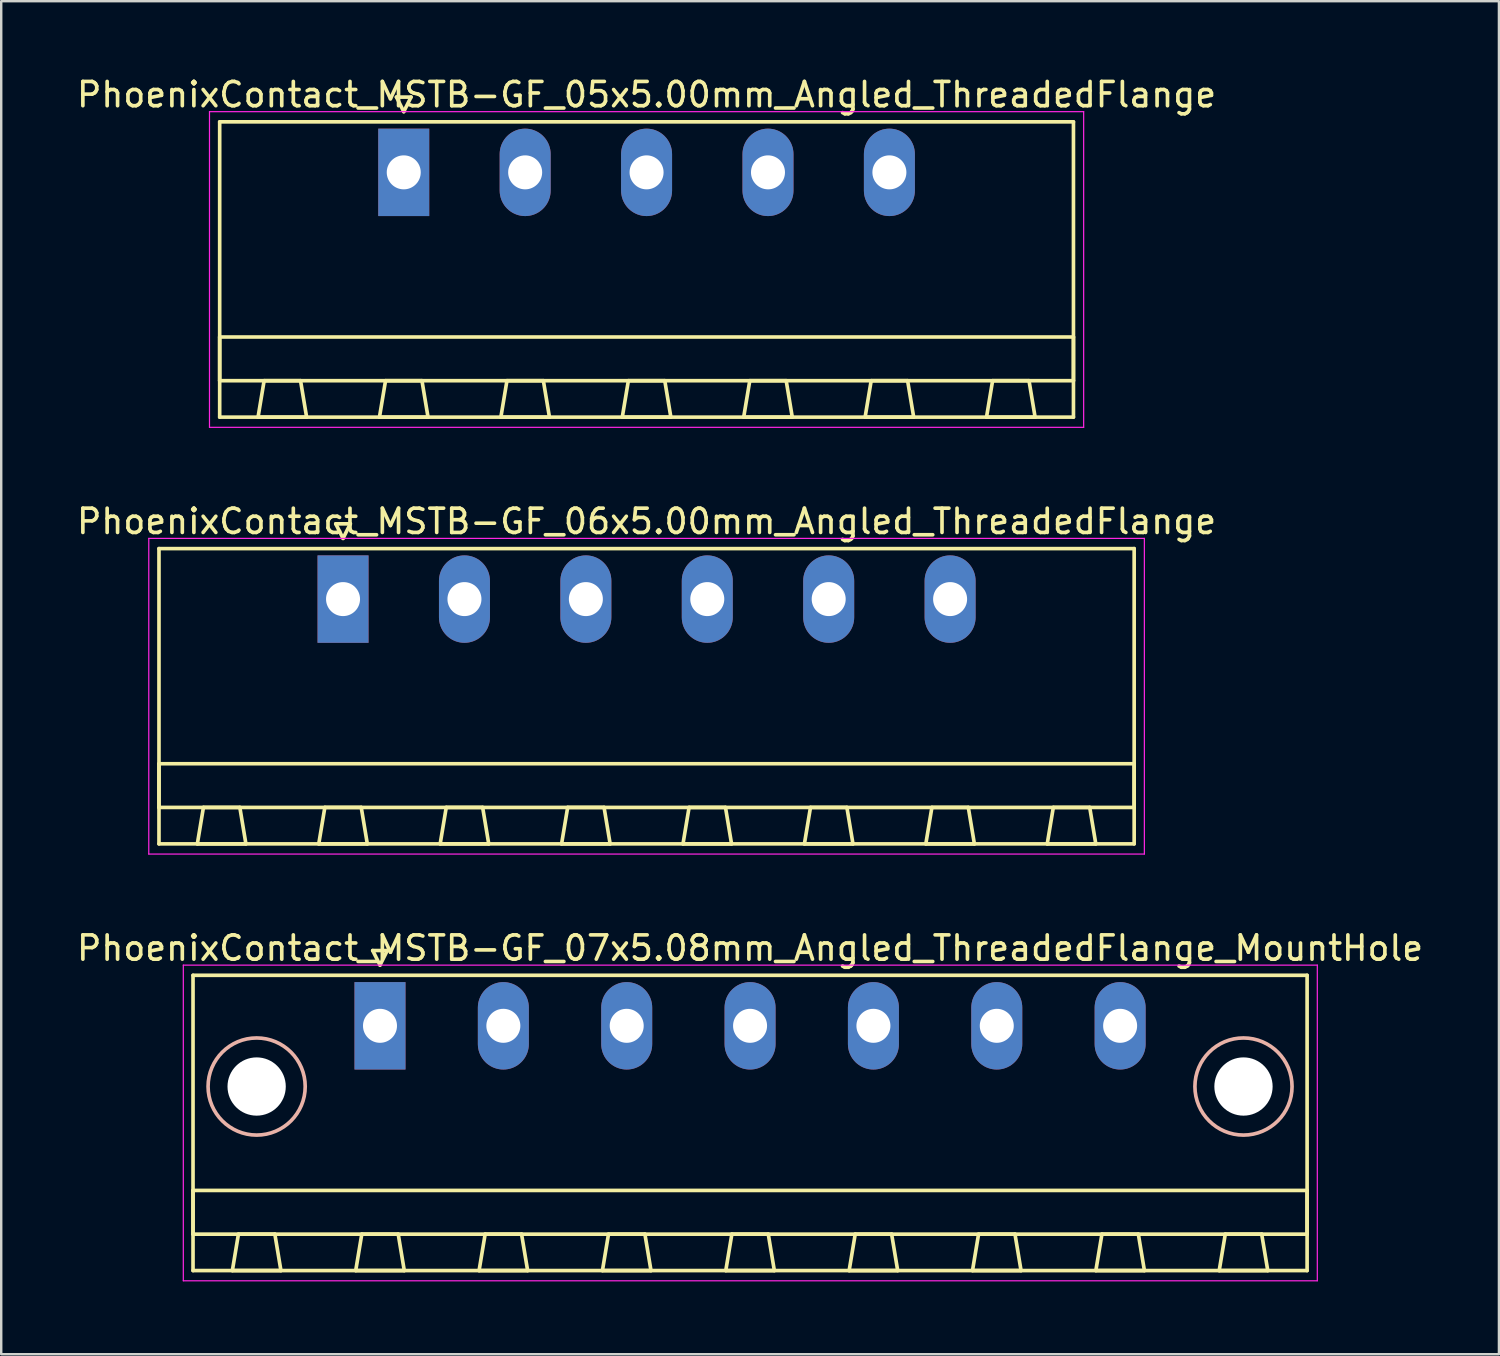
<source format=kicad_pcb>
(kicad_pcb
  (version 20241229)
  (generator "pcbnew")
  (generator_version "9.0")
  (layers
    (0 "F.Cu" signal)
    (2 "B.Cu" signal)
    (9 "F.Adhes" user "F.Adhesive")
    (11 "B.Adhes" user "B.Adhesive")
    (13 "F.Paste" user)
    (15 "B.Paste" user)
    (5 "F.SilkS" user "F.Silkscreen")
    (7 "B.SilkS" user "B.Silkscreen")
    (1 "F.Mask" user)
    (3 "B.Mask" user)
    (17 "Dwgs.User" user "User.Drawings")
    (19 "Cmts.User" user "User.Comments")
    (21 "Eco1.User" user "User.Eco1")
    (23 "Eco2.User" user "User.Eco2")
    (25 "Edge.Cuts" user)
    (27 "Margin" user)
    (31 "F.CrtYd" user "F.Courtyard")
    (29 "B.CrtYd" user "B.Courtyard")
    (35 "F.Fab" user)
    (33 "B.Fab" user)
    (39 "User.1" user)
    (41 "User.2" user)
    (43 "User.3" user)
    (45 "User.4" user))
  (footprint "PhoenixContact_MSTB-GF_06x5.00mm_Angled_ThreadedFlange"
    (layer "F.Cu")
    (at 11.077 21.622)
    (property "Reference" "PhoenixContact_MSTB-GF_06x5.00mm_Angled_ThreadedFlange" (at 12.5 -3.2 0) (layer "F.SilkS") (effects (font (size 1 1) (thickness 0.15))))
    (attr through_hole)
    (fp_line (start -7.58 -2.08) (end -7.58 10.08) (stroke (width 0.15) (type solid)) (layer "F.SilkS"))
    (fp_line (start -7.58 6.78) (end 32.58 6.78) (stroke (width 0.15) (type solid)) (layer "F.SilkS"))
    (fp_line (start -7.58 8.58) (end -7.58 6.78) (stroke (width 0.15) (type solid)) (layer "F.SilkS"))
    (fp_line (start -7.58 10.08) (end 32.58 10.08) (stroke (width 0.15) (type solid)) (layer "F.SilkS"))
    (fp_line (start -6 10.08) (end -4 10.08) (stroke (width 0.15) (type solid)) (layer "F.SilkS"))
    (fp_line (start -5.75 8.58) (end -6 10.08) (stroke (width 0.15) (type solid)) (layer "F.SilkS"))
    (fp_line (start -4.25 8.58) (end -5.75 8.58) (stroke (width 0.15) (type solid)) (layer "F.SilkS"))
    (fp_line (start -4 10.08) (end -4.25 8.58) (stroke (width 0.15) (type solid)) (layer "F.SilkS"))
    (fp_line (start -1 10.08) (end 1 10.08) (stroke (width 0.15) (type solid)) (layer "F.SilkS"))
    (fp_line (start -0.75 8.58) (end -1 10.08) (stroke (width 0.15) (type solid)) (layer "F.SilkS"))
    (fp_line (start -0.3 -3.1) (end 0 -2.5) (stroke (width 0.15) (type solid)) (layer "F.SilkS"))
    (fp_line (start 0 -2.5) (end 0.3 -3.1) (stroke (width 0.15) (type solid)) (layer "F.SilkS"))
    (fp_line (start 0.3 -3.1) (end -0.3 -3.1) (stroke (width 0.15) (type solid)) (layer "F.SilkS"))
    (fp_line (start 0.75 8.58) (end -0.75 8.58) (stroke (width 0.15) (type solid)) (layer "F.SilkS"))
    (fp_line (start 1 10.08) (end 0.75 8.58) (stroke (width 0.15) (type solid)) (layer "F.SilkS"))
    (fp_line (start 4 10.08) (end 6 10.08) (stroke (width 0.15) (type solid)) (layer "F.SilkS"))
    (fp_line (start 4.25 8.58) (end 4 10.08) (stroke (width 0.15) (type solid)) (layer "F.SilkS"))
    (fp_line (start 5.75 8.58) (end 4.25 8.58) (stroke (width 0.15) (type solid)) (layer "F.SilkS"))
    (fp_line (start 6 10.08) (end 5.75 8.58) (stroke (width 0.15) (type solid)) (layer "F.SilkS"))
    (fp_line (start 9 10.08) (end 11 10.08) (stroke (width 0.15) (type solid)) (layer "F.SilkS"))
    (fp_line (start 9.25 8.58) (end 9 10.08) (stroke (width 0.15) (type solid)) (layer "F.SilkS"))
    (fp_line (start 10.75 8.58) (end 9.25 8.58) (stroke (width 0.15) (type solid)) (layer "F.SilkS"))
    (fp_line (start 11 10.08) (end 10.75 8.58) (stroke (width 0.15) (type solid)) (layer "F.SilkS"))
    (fp_line (start 14 10.08) (end 16 10.08) (stroke (width 0.15) (type solid)) (layer "F.SilkS"))
    (fp_line (start 14.25 8.58) (end 14 10.08) (stroke (width 0.15) (type solid)) (layer "F.SilkS"))
    (fp_line (start 15.75 8.58) (end 14.25 8.58) (stroke (width 0.15) (type solid)) (layer "F.SilkS"))
    (fp_line (start 16 10.08) (end 15.75 8.58) (stroke (width 0.15) (type solid)) (layer "F.SilkS"))
    (fp_line (start 19 10.08) (end 21 10.08) (stroke (width 0.15) (type solid)) (layer "F.SilkS"))
    (fp_line (start 19.25 8.58) (end 19 10.08) (stroke (width 0.15) (type solid)) (layer "F.SilkS"))
    (fp_line (start 20.75 8.58) (end 19.25 8.58) (stroke (width 0.15) (type solid)) (layer "F.SilkS"))
    (fp_line (start 21 10.08) (end 20.75 8.58) (stroke (width 0.15) (type solid)) (layer "F.SilkS"))
    (fp_line (start 24 10.08) (end 26 10.08) (stroke (width 0.15) (type solid)) (layer "F.SilkS"))
    (fp_line (start 24.25 8.58) (end 24 10.08) (stroke (width 0.15) (type solid)) (layer "F.SilkS"))
    (fp_line (start 25.75 8.58) (end 24.25 8.58) (stroke (width 0.15) (type solid)) (layer "F.SilkS"))
    (fp_line (start 26 10.08) (end 25.75 8.58) (stroke (width 0.15) (type solid)) (layer "F.SilkS"))
    (fp_line (start 29 10.08) (end 31 10.08) (stroke (width 0.15) (type solid)) (layer "F.SilkS"))
    (fp_line (start 29.25 8.58) (end 29 10.08) (stroke (width 0.15) (type solid)) (layer "F.SilkS"))
    (fp_line (start 30.75 8.58) (end 29.25 8.58) (stroke (width 0.15) (type solid)) (layer "F.SilkS"))
    (fp_line (start 31 10.08) (end 30.75 8.58) (stroke (width 0.15) (type solid)) (layer "F.SilkS"))
    (fp_line (start 32.58 -2.08) (end -7.58 -2.08) (stroke (width 0.15) (type solid)) (layer "F.SilkS"))
    (fp_line (start 32.58 6.78) (end 32.58 8.58) (stroke (width 0.15) (type solid)) (layer "F.SilkS"))
    (fp_line (start 32.58 8.58) (end -7.58 8.58) (stroke (width 0.15) (type solid)) (layer "F.SilkS"))
    (fp_line (start 32.58 10.08) (end 32.58 -2.08) (stroke (width 0.15) (type solid)) (layer "F.SilkS"))
    (fp_line (start -8 -2.5) (end -8 10.5) (stroke (width 0.05) (type solid)) (layer "F.CrtYd"))
    (fp_line (start -8 10.5) (end 33 10.5) (stroke (width 0.05) (type solid)) (layer "F.CrtYd"))
    (fp_line (start 33 -2.5) (end -8 -2.5) (stroke (width 0.05) (type solid)) (layer "F.CrtYd"))
    (fp_line (start 33 10.5) (end 33 -2.5) (stroke (width 0.05) (type solid)) (layer "F.CrtYd"))
    (pad "1" thru_hole rect (at 0 0) (size 2.1 3.6) (drill 1.4) (layers "*.Cu" "*.Mask"))
    (pad "2" thru_hole oval (at 5 0) (size 2.1 3.6) (drill 1.4) (layers "*.Cu" "*.Mask"))
    (pad "3" thru_hole oval (at 10 0) (size 2.1 3.6) (drill 1.4) (layers "*.Cu" "*.Mask"))
    (pad "4" thru_hole oval (at 15 0) (size 2.1 3.6) (drill 1.4) (layers "*.Cu" "*.Mask"))
    (pad "5" thru_hole oval (at 20 0) (size 2.1 3.6) (drill 1.4) (layers "*.Cu" "*.Mask"))
    (pad "6" thru_hole oval (at 25 0) (size 2.1 3.6) (drill 1.4) (layers "*.Cu" "*.Mask")))
  (footprint "PhoenixContact_MSTB-GF_05x5.00mm_Angled_ThreadedFlange"
    (layer "F.Cu")
    (at 13.577 4.048)
    (property "Reference" "PhoenixContact_MSTB-GF_05x5.00mm_Angled_ThreadedFlange" (at 10 -3.2 0) (layer "F.SilkS") (effects (font (size 1 1) (thickness 0.15))))
    (attr through_hole)
    (fp_line (start -7.58 -2.08) (end -7.58 10.08) (stroke (width 0.15) (type solid)) (layer "F.SilkS"))
    (fp_line (start -7.58 6.78) (end 27.58 6.78) (stroke (width 0.15) (type solid)) (layer "F.SilkS"))
    (fp_line (start -7.58 8.58) (end -7.58 6.78) (stroke (width 0.15) (type solid)) (layer "F.SilkS"))
    (fp_line (start -7.58 10.08) (end 27.58 10.08) (stroke (width 0.15) (type solid)) (layer "F.SilkS"))
    (fp_line (start -6 10.08) (end -4 10.08) (stroke (width 0.15) (type solid)) (layer "F.SilkS"))
    (fp_line (start -5.75 8.58) (end -6 10.08) (stroke (width 0.15) (type solid)) (layer "F.SilkS"))
    (fp_line (start -4.25 8.58) (end -5.75 8.58) (stroke (width 0.15) (type solid)) (layer "F.SilkS"))
    (fp_line (start -4 10.08) (end -4.25 8.58) (stroke (width 0.15) (type solid)) (layer "F.SilkS"))
    (fp_line (start -1 10.08) (end 1 10.08) (stroke (width 0.15) (type solid)) (layer "F.SilkS"))
    (fp_line (start -0.75 8.58) (end -1 10.08) (stroke (width 0.15) (type solid)) (layer "F.SilkS"))
    (fp_line (start -0.3 -3.1) (end 0 -2.5) (stroke (width 0.15) (type solid)) (layer "F.SilkS"))
    (fp_line (start 0 -2.5) (end 0.3 -3.1) (stroke (width 0.15) (type solid)) (layer "F.SilkS"))
    (fp_line (start 0.3 -3.1) (end -0.3 -3.1) (stroke (width 0.15) (type solid)) (layer "F.SilkS"))
    (fp_line (start 0.75 8.58) (end -0.75 8.58) (stroke (width 0.15) (type solid)) (layer "F.SilkS"))
    (fp_line (start 1 10.08) (end 0.75 8.58) (stroke (width 0.15) (type solid)) (layer "F.SilkS"))
    (fp_line (start 4 10.08) (end 6 10.08) (stroke (width 0.15) (type solid)) (layer "F.SilkS"))
    (fp_line (start 4.25 8.58) (end 4 10.08) (stroke (width 0.15) (type solid)) (layer "F.SilkS"))
    (fp_line (start 5.75 8.58) (end 4.25 8.58) (stroke (width 0.15) (type solid)) (layer "F.SilkS"))
    (fp_line (start 6 10.08) (end 5.75 8.58) (stroke (width 0.15) (type solid)) (layer "F.SilkS"))
    (fp_line (start 9 10.08) (end 11 10.08) (stroke (width 0.15) (type solid)) (layer "F.SilkS"))
    (fp_line (start 9.25 8.58) (end 9 10.08) (stroke (width 0.15) (type solid)) (layer "F.SilkS"))
    (fp_line (start 10.75 8.58) (end 9.25 8.58) (stroke (width 0.15) (type solid)) (layer "F.SilkS"))
    (fp_line (start 11 10.08) (end 10.75 8.58) (stroke (width 0.15) (type solid)) (layer "F.SilkS"))
    (fp_line (start 14 10.08) (end 16 10.08) (stroke (width 0.15) (type solid)) (layer "F.SilkS"))
    (fp_line (start 14.25 8.58) (end 14 10.08) (stroke (width 0.15) (type solid)) (layer "F.SilkS"))
    (fp_line (start 15.75 8.58) (end 14.25 8.58) (stroke (width 0.15) (type solid)) (layer "F.SilkS"))
    (fp_line (start 16 10.08) (end 15.75 8.58) (stroke (width 0.15) (type solid)) (layer "F.SilkS"))
    (fp_line (start 19 10.08) (end 21 10.08) (stroke (width 0.15) (type solid)) (layer "F.SilkS"))
    (fp_line (start 19.25 8.58) (end 19 10.08) (stroke (width 0.15) (type solid)) (layer "F.SilkS"))
    (fp_line (start 20.75 8.58) (end 19.25 8.58) (stroke (width 0.15) (type solid)) (layer "F.SilkS"))
    (fp_line (start 21 10.08) (end 20.75 8.58) (stroke (width 0.15) (type solid)) (layer "F.SilkS"))
    (fp_line (start 24 10.08) (end 26 10.08) (stroke (width 0.15) (type solid)) (layer "F.SilkS"))
    (fp_line (start 24.25 8.58) (end 24 10.08) (stroke (width 0.15) (type solid)) (layer "F.SilkS"))
    (fp_line (start 25.75 8.58) (end 24.25 8.58) (stroke (width 0.15) (type solid)) (layer "F.SilkS"))
    (fp_line (start 26 10.08) (end 25.75 8.58) (stroke (width 0.15) (type solid)) (layer "F.SilkS"))
    (fp_line (start 27.58 -2.08) (end -7.58 -2.08) (stroke (width 0.15) (type solid)) (layer "F.SilkS"))
    (fp_line (start 27.58 6.78) (end 27.58 8.58) (stroke (width 0.15) (type solid)) (layer "F.SilkS"))
    (fp_line (start 27.58 8.58) (end -7.58 8.58) (stroke (width 0.15) (type solid)) (layer "F.SilkS"))
    (fp_line (start 27.58 10.08) (end 27.58 -2.08) (stroke (width 0.15) (type solid)) (layer "F.SilkS"))
    (fp_line (start -8 -2.5) (end -8 10.5) (stroke (width 0.05) (type solid)) (layer "F.CrtYd"))
    (fp_line (start -8 10.5) (end 28 10.5) (stroke (width 0.05) (type solid)) (layer "F.CrtYd"))
    (fp_line (start 28 -2.5) (end -8 -2.5) (stroke (width 0.05) (type solid)) (layer "F.CrtYd"))
    (fp_line (start 28 10.5) (end 28 -2.5) (stroke (width 0.05) (type solid)) (layer "F.CrtYd"))
    (pad "1" thru_hole rect (at 0 0) (size 2.1 3.6) (drill 1.4) (layers "*.Cu" "*.Mask"))
    (pad "2" thru_hole oval (at 5 0) (size 2.1 3.6) (drill 1.4) (layers "*.Cu" "*.Mask"))
    (pad "3" thru_hole oval (at 10 0) (size 2.1 3.6) (drill 1.4) (layers "*.Cu" "*.Mask"))
    (pad "4" thru_hole oval (at 15 0) (size 2.1 3.6) (drill 1.4) (layers "*.Cu" "*.Mask"))
    (pad "5" thru_hole oval (at 20 0) (size 2.1 3.6) (drill 1.4) (layers "*.Cu" "*.Mask")))
  (footprint "PhoenixContact_MSTB-GF_07x5.08mm_Angled_ThreadedFlange_MountHole"
    (layer "F.Cu")
    (at 12.599 39.195)
    (property "Reference" "PhoenixContact_MSTB-GF_07x5.08mm_Angled_ThreadedFlange_MountHole" (at 15.24 -3.2 0) (layer "F.SilkS") (effects (font (size 1 1) (thickness 0.15))))
    (attr through_hole)
    (fp_line (start -7.7 -2.08) (end -7.7 10.08) (stroke (width 0.15) (type solid)) (layer "F.SilkS"))
    (fp_line (start -7.7 6.78) (end 38.18 6.78) (stroke (width 0.15) (type solid)) (layer "F.SilkS"))
    (fp_line (start -7.7 8.58) (end -7.7 6.78) (stroke (width 0.15) (type solid)) (layer "F.SilkS"))
    (fp_line (start -7.7 10.08) (end 38.18 10.08) (stroke (width 0.15) (type solid)) (layer "F.SilkS"))
    (fp_line (start -6.08 10.08) (end -4.08 10.08) (stroke (width 0.15) (type solid)) (layer "F.SilkS"))
    (fp_line (start -5.83 8.58) (end -6.08 10.08) (stroke (width 0.15) (type solid)) (layer "F.SilkS"))
    (fp_line (start -4.33 8.58) (end -5.83 8.58) (stroke (width 0.15) (type solid)) (layer "F.SilkS"))
    (fp_line (start -4.08 10.08) (end -4.33 8.58) (stroke (width 0.15) (type solid)) (layer "F.SilkS"))
    (fp_line (start -1 10.08) (end 1 10.08) (stroke (width 0.15) (type solid)) (layer "F.SilkS"))
    (fp_line (start -0.75 8.58) (end -1 10.08) (stroke (width 0.15) (type solid)) (layer "F.SilkS"))
    (fp_line (start -0.3 -3.1) (end 0 -2.5) (stroke (width 0.15) (type solid)) (layer "F.SilkS"))
    (fp_line (start 0 -2.5) (end 0.3 -3.1) (stroke (width 0.15) (type solid)) (layer "F.SilkS"))
    (fp_line (start 0.3 -3.1) (end -0.3 -3.1) (stroke (width 0.15) (type solid)) (layer "F.SilkS"))
    (fp_line (start 0.75 8.58) (end -0.75 8.58) (stroke (width 0.15) (type solid)) (layer "F.SilkS"))
    (fp_line (start 1 10.08) (end 0.75 8.58) (stroke (width 0.15) (type solid)) (layer "F.SilkS"))
    (fp_line (start 4.08 10.08) (end 6.08 10.08) (stroke (width 0.15) (type solid)) (layer "F.SilkS"))
    (fp_line (start 4.33 8.58) (end 4.08 10.08) (stroke (width 0.15) (type solid)) (layer "F.SilkS"))
    (fp_line (start 5.83 8.58) (end 4.33 8.58) (stroke (width 0.15) (type solid)) (layer "F.SilkS"))
    (fp_line (start 6.08 10.08) (end 5.83 8.58) (stroke (width 0.15) (type solid)) (layer "F.SilkS"))
    (fp_line (start 9.16 10.08) (end 11.16 10.08) (stroke (width 0.15) (type solid)) (layer "F.SilkS"))
    (fp_line (start 9.41 8.58) (end 9.16 10.08) (stroke (width 0.15) (type solid)) (layer "F.SilkS"))
    (fp_line (start 10.91 8.58) (end 9.41 8.58) (stroke (width 0.15) (type solid)) (layer "F.SilkS"))
    (fp_line (start 11.16 10.08) (end 10.91 8.58) (stroke (width 0.15) (type solid)) (layer "F.SilkS"))
    (fp_line (start 14.24 10.08) (end 16.24 10.08) (stroke (width 0.15) (type solid)) (layer "F.SilkS"))
    (fp_line (start 14.49 8.58) (end 14.24 10.08) (stroke (width 0.15) (type solid)) (layer "F.SilkS"))
    (fp_line (start 15.99 8.58) (end 14.49 8.58) (stroke (width 0.15) (type solid)) (layer "F.SilkS"))
    (fp_line (start 16.24 10.08) (end 15.99 8.58) (stroke (width 0.15) (type solid)) (layer "F.SilkS"))
    (fp_line (start 19.32 10.08) (end 21.32 10.08) (stroke (width 0.15) (type solid)) (layer "F.SilkS"))
    (fp_line (start 19.57 8.58) (end 19.32 10.08) (stroke (width 0.15) (type solid)) (layer "F.SilkS"))
    (fp_line (start 21.07 8.58) (end 19.57 8.58) (stroke (width 0.15) (type solid)) (layer "F.SilkS"))
    (fp_line (start 21.32 10.08) (end 21.07 8.58) (stroke (width 0.15) (type solid)) (layer "F.SilkS"))
    (fp_line (start 24.4 10.08) (end 26.4 10.08) (stroke (width 0.15) (type solid)) (layer "F.SilkS"))
    (fp_line (start 24.65 8.58) (end 24.4 10.08) (stroke (width 0.15) (type solid)) (layer "F.SilkS"))
    (fp_line (start 26.15 8.58) (end 24.65 8.58) (stroke (width 0.15) (type solid)) (layer "F.SilkS"))
    (fp_line (start 26.4 10.08) (end 26.15 8.58) (stroke (width 0.15) (type solid)) (layer "F.SilkS"))
    (fp_line (start 29.48 10.08) (end 31.48 10.08) (stroke (width 0.15) (type solid)) (layer "F.SilkS"))
    (fp_line (start 29.73 8.58) (end 29.48 10.08) (stroke (width 0.15) (type solid)) (layer "F.SilkS"))
    (fp_line (start 31.23 8.58) (end 29.73 8.58) (stroke (width 0.15) (type solid)) (layer "F.SilkS"))
    (fp_line (start 31.48 10.08) (end 31.23 8.58) (stroke (width 0.15) (type solid)) (layer "F.SilkS"))
    (fp_line (start 34.56 10.08) (end 36.56 10.08) (stroke (width 0.15) (type solid)) (layer "F.SilkS"))
    (fp_line (start 34.81 8.58) (end 34.56 10.08) (stroke (width 0.15) (type solid)) (layer "F.SilkS"))
    (fp_line (start 36.31 8.58) (end 34.81 8.58) (stroke (width 0.15) (type solid)) (layer "F.SilkS"))
    (fp_line (start 36.56 10.08) (end 36.31 8.58) (stroke (width 0.15) (type solid)) (layer "F.SilkS"))
    (fp_line (start 38.18 -2.08) (end -7.7 -2.08) (stroke (width 0.15) (type solid)) (layer "F.SilkS"))
    (fp_line (start 38.18 6.78) (end 38.18 8.58) (stroke (width 0.15) (type solid)) (layer "F.SilkS"))
    (fp_line (start 38.18 8.58) (end -7.7 8.58) (stroke (width 0.15) (type solid)) (layer "F.SilkS"))
    (fp_line (start 38.18 10.08) (end 38.18 -2.08) (stroke (width 0.15) (type solid)) (layer "F.SilkS"))
    (fp_circle (center -5.08 2.5) (end -3.08 2.5) (stroke (width 0.15) (type solid)) (fill no) (layer "B.SilkS"))
    (fp_circle (center 35.56 2.5) (end 37.56 2.5) (stroke (width 0.15) (type solid)) (fill no) (layer "B.SilkS"))
    (fp_line (start -8.1 -2.5) (end -8.1 10.5) (stroke (width 0.05) (type solid)) (layer "F.CrtYd"))
    (fp_line (start -8.1 10.5) (end 38.6 10.5) (stroke (width 0.05) (type solid)) (layer "F.CrtYd"))
    (fp_line (start 38.6 -2.5) (end -8.1 -2.5) (stroke (width 0.05) (type solid)) (layer "F.CrtYd"))
    (fp_line (start 38.6 10.5) (end 38.6 -2.5) (stroke (width 0.05) (type solid)) (layer "F.CrtYd"))
    (pad "" np_thru_hole circle (at -5.08 2.5) (size 2.4 2.4) (drill 2.4) (layers "*.Cu" "*.Mask"))
    (pad "" np_thru_hole circle (at 35.56 2.5) (size 2.4 2.4) (drill 2.4) (layers "*.Cu" "*.Mask"))
    (pad "1" thru_hole rect (at 0 0) (size 2.1 3.6) (drill 1.4) (layers "*.Cu" "*.Mask"))
    (pad "2" thru_hole oval (at 5.08 0) (size 2.1 3.6) (drill 1.4) (layers "*.Cu" "*.Mask"))
    (pad "3" thru_hole oval (at 10.16 0) (size 2.1 3.6) (drill 1.4) (layers "*.Cu" "*.Mask"))
    (pad "4" thru_hole oval (at 15.24 0) (size 2.1 3.6) (drill 1.4) (layers "*.Cu" "*.Mask"))
    (pad "5" thru_hole oval (at 20.32 0) (size 2.1 3.6) (drill 1.4) (layers "*.Cu" "*.Mask"))
    (pad "6" thru_hole oval (at 25.4 0) (size 2.1 3.6) (drill 1.4) (layers "*.Cu" "*.Mask"))
    (pad "7" thru_hole oval (at 30.48 0) (size 2.1 3.6) (drill 1.4) (layers "*.Cu" "*.Mask")))
  (gr_rect
    (start -3 -3)
    (end 58.679 52.72)
    (stroke (width 0.1) (type default))
    (fill no)
    (layer "Edge.Cuts")))
</source>
